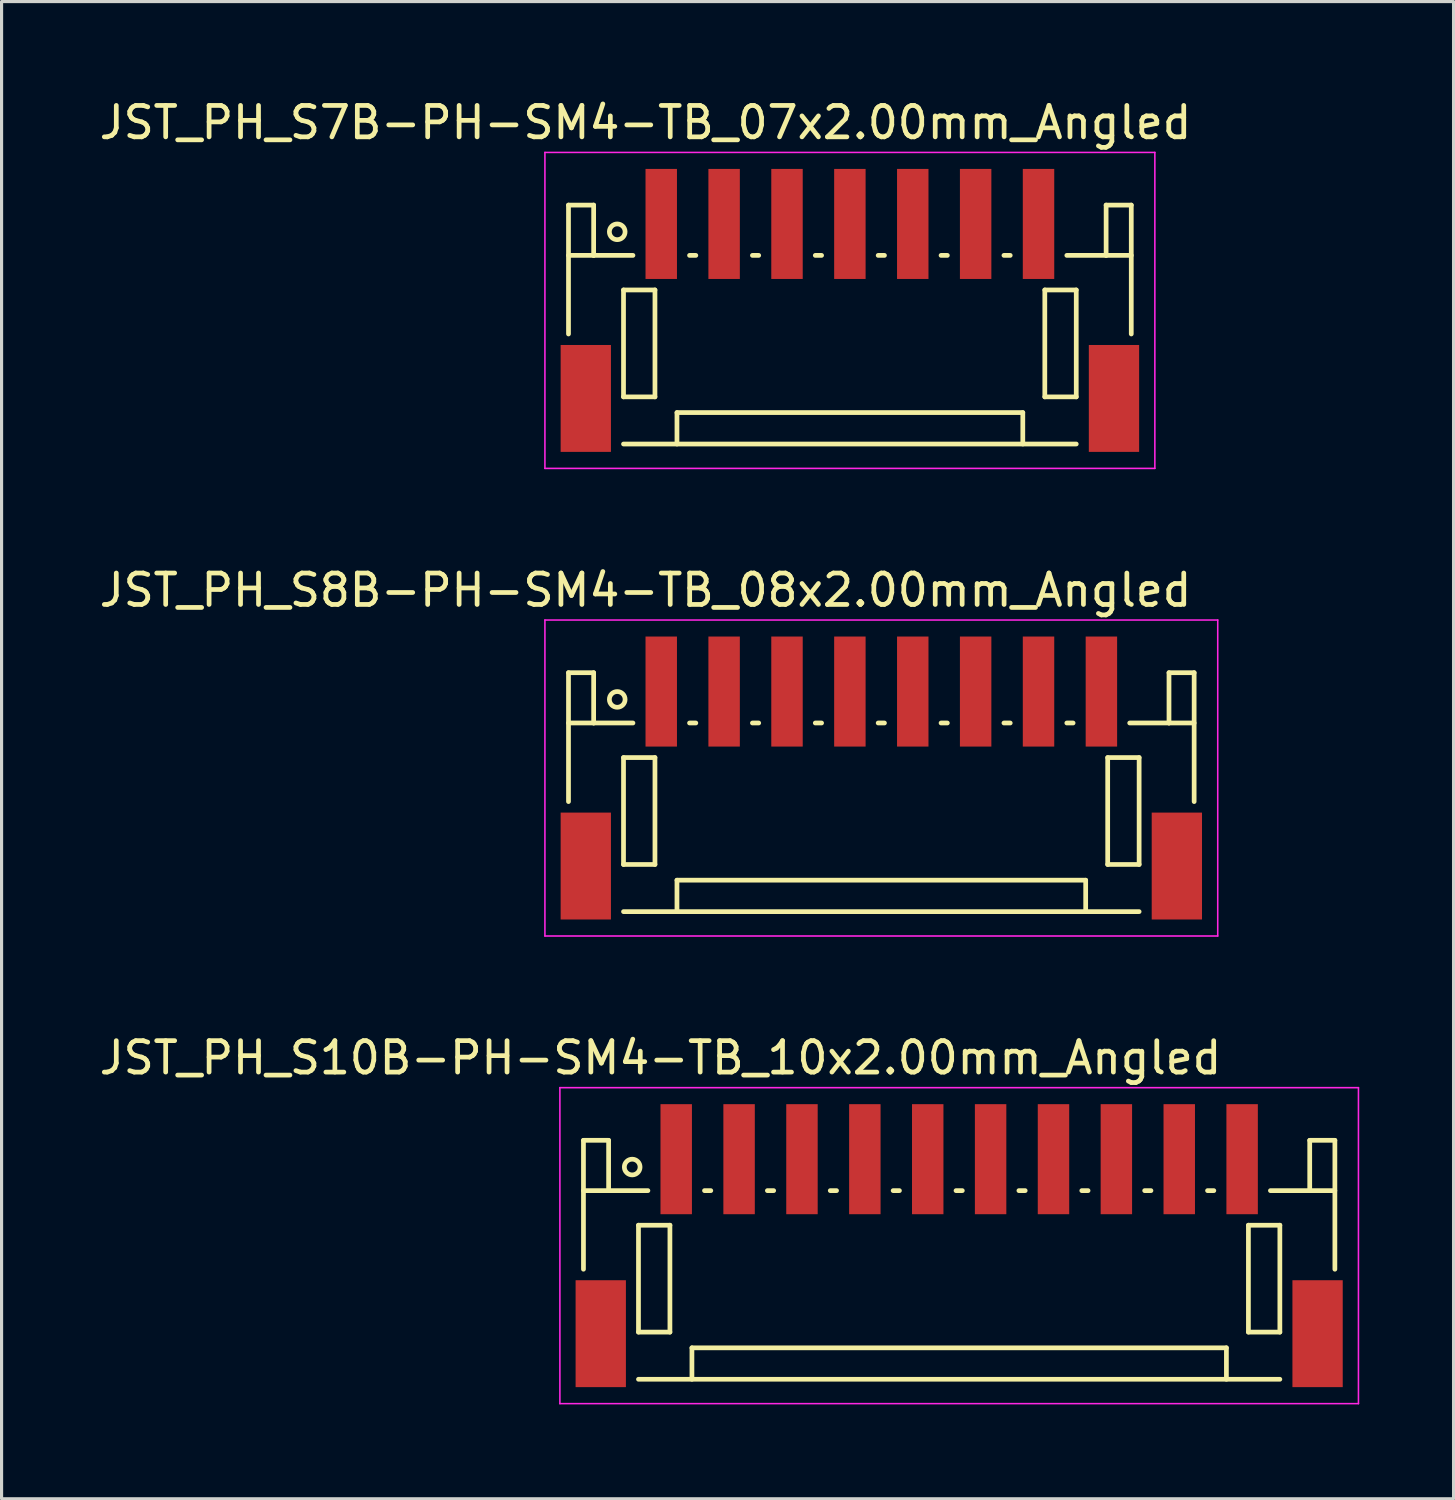
<source format=kicad_pcb>
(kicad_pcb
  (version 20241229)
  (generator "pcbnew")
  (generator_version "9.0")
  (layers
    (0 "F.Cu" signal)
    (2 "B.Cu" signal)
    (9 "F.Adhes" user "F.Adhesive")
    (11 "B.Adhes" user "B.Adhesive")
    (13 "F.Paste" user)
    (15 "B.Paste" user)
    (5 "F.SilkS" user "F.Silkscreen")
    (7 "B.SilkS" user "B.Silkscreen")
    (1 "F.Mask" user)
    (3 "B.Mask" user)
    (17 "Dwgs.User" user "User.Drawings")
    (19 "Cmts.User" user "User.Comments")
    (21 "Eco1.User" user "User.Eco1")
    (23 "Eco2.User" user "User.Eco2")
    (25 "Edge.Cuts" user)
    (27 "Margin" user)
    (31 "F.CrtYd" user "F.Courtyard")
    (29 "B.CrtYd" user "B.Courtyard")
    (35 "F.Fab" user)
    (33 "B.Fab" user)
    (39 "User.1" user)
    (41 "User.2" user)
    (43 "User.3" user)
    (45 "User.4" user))
  (footprint "JST_PH_S8B-PH-SM4-TB_08x2.00mm_Angled"
    (layer "F.Cu")
    (at 24.982 21.721)
    (property "Reference" "JST_PH_S8B-PH-SM4-TB_08x2.00mm_Angled" (at -7.5 -6 0) (layer "F.SilkS") (effects (font (size 1 1) (thickness 0.15))))
    (attr smd)
    (fp_line (start -9.95 -3.375) (end -9.95 0.725) (stroke (width 0.15) (type solid)) (layer "F.SilkS"))
    (fp_line (start -9.15 -3.375) (end -9.95 -3.375) (stroke (width 0.15) (type solid)) (layer "F.SilkS"))
    (fp_line (start -9.15 -1.775) (end -9.95 -1.775) (stroke (width 0.15) (type solid)) (layer "F.SilkS"))
    (fp_line (start -9.15 -1.775) (end -9.15 -3.375) (stroke (width 0.15) (type solid)) (layer "F.SilkS"))
    (fp_line (start -8.2 -0.675) (end -8.2 2.725) (stroke (width 0.15) (type solid)) (layer "F.SilkS"))
    (fp_line (start -8.2 2.725) (end -7.2 2.725) (stroke (width 0.15) (type solid)) (layer "F.SilkS"))
    (fp_line (start -8.2 4.225) (end 8.2 4.225) (stroke (width 0.15) (type solid)) (layer "F.SilkS"))
    (fp_line (start -7.9 -1.775) (end -9.15 -1.775) (stroke (width 0.15) (type solid)) (layer "F.SilkS"))
    (fp_line (start -7.2 -0.675) (end -8.2 -0.675) (stroke (width 0.15) (type solid)) (layer "F.SilkS"))
    (fp_line (start -7.2 2.725) (end -7.2 -0.675) (stroke (width 0.15) (type solid)) (layer "F.SilkS"))
    (fp_line (start -6.5 3.225) (end 6.5 3.225) (stroke (width 0.15) (type solid)) (layer "F.SilkS"))
    (fp_line (start -6.5 4.225) (end -6.5 3.225) (stroke (width 0.15) (type solid)) (layer "F.SilkS"))
    (fp_line (start -6.1 -1.775) (end -5.9 -1.775) (stroke (width 0.15) (type solid)) (layer "F.SilkS"))
    (fp_line (start -4.1 -1.775) (end -3.9 -1.775) (stroke (width 0.15) (type solid)) (layer "F.SilkS"))
    (fp_line (start -2.1 -1.775) (end -1.9 -1.775) (stroke (width 0.15) (type solid)) (layer "F.SilkS"))
    (fp_line (start -0.1 -1.775) (end 0.1 -1.775) (stroke (width 0.15) (type solid)) (layer "F.SilkS"))
    (fp_line (start 1.9 -1.775) (end 2.1 -1.775) (stroke (width 0.15) (type solid)) (layer "F.SilkS"))
    (fp_line (start 3.9 -1.775) (end 4.1 -1.775) (stroke (width 0.15) (type solid)) (layer "F.SilkS"))
    (fp_line (start 5.9 -1.775) (end 6.1 -1.775) (stroke (width 0.15) (type solid)) (layer "F.SilkS"))
    (fp_line (start 6.5 3.225) (end 6.5 4.225) (stroke (width 0.15) (type solid)) (layer "F.SilkS"))
    (fp_line (start 7.2 -0.675) (end 8.2 -0.675) (stroke (width 0.15) (type solid)) (layer "F.SilkS"))
    (fp_line (start 7.2 2.725) (end 7.2 -0.675) (stroke (width 0.15) (type solid)) (layer "F.SilkS"))
    (fp_line (start 7.9 -1.775) (end 9.15 -1.775) (stroke (width 0.15) (type solid)) (layer "F.SilkS"))
    (fp_line (start 8.2 -0.675) (end 8.2 2.725) (stroke (width 0.15) (type solid)) (layer "F.SilkS"))
    (fp_line (start 8.2 2.725) (end 7.2 2.725) (stroke (width 0.15) (type solid)) (layer "F.SilkS"))
    (fp_line (start 9.15 -3.375) (end 9.95 -3.375) (stroke (width 0.15) (type solid)) (layer "F.SilkS"))
    (fp_line (start 9.15 -1.775) (end 9.15 -3.375) (stroke (width 0.15) (type solid)) (layer "F.SilkS"))
    (fp_line (start 9.15 -1.775) (end 9.95 -1.775) (stroke (width 0.15) (type solid)) (layer "F.SilkS"))
    (fp_line (start 9.95 -3.375) (end 9.95 0.725) (stroke (width 0.15) (type solid)) (layer "F.SilkS"))
    (fp_circle (center -8.4 -2.525) (end -8.15 -2.525) (stroke (width 0.15) (type solid)) (fill no) (layer "F.SilkS"))
    (fp_line (start -10.7 -5.05) (end 10.7 -5.05) (stroke (width 0.05) (type solid)) (layer "F.CrtYd"))
    (fp_line (start -10.7 5) (end -10.7 -5.05) (stroke (width 0.05) (type solid)) (layer "F.CrtYd"))
    (fp_line (start 10.7 -5.05) (end 10.7 5) (stroke (width 0.05) (type solid)) (layer "F.CrtYd"))
    (fp_line (start 10.7 5) (end -10.7 5) (stroke (width 0.05) (type solid)) (layer "F.CrtYd"))
    (pad "" smd rect (at -9.4 2.775) (size 1.6 3.4) (layers "F.Cu" "F.Mask" "F.Paste"))
    (pad "" smd rect (at 9.4 2.775) (size 1.6 3.4) (layers "F.Cu" "F.Mask" "F.Paste"))
    (pad "1" smd rect (at -7 -2.775) (size 1 3.5) (layers "F.Cu" "F.Mask" "F.Paste"))
    (pad "2" smd rect (at -5 -2.775) (size 1 3.5) (layers "F.Cu" "F.Mask" "F.Paste"))
    (pad "3" smd rect (at -3 -2.775) (size 1 3.5) (layers "F.Cu" "F.Mask" "F.Paste"))
    (pad "4" smd rect (at -1 -2.775) (size 1 3.5) (layers "F.Cu" "F.Mask" "F.Paste"))
    (pad "5" smd rect (at 1 -2.775) (size 1 3.5) (layers "F.Cu" "F.Mask" "F.Paste"))
    (pad "6" smd rect (at 3 -2.775) (size 1 3.5) (layers "F.Cu" "F.Mask" "F.Paste"))
    (pad "7" smd rect (at 5 -2.775) (size 1 3.5) (layers "F.Cu" "F.Mask" "F.Paste"))
    (pad "8" smd rect (at 7 -2.775) (size 1 3.5) (layers "F.Cu" "F.Mask" "F.Paste")))
  (footprint "JST_PH_S7B-PH-SM4-TB_07x2.00mm_Angled"
    (layer "F.Cu")
    (at 23.982 6.848)
    (property "Reference" "JST_PH_S7B-PH-SM4-TB_07x2.00mm_Angled" (at -6.5 -6 0) (layer "F.SilkS") (effects (font (size 1 1) (thickness 0.15))))
    (attr smd)
    (fp_line (start -8.95 -3.375) (end -8.95 0.725) (stroke (width 0.15) (type solid)) (layer "F.SilkS"))
    (fp_line (start -8.15 -3.375) (end -8.95 -3.375) (stroke (width 0.15) (type solid)) (layer "F.SilkS"))
    (fp_line (start -8.15 -1.775) (end -8.95 -1.775) (stroke (width 0.15) (type solid)) (layer "F.SilkS"))
    (fp_line (start -8.15 -1.775) (end -8.15 -3.375) (stroke (width 0.15) (type solid)) (layer "F.SilkS"))
    (fp_line (start -7.2 -0.675) (end -7.2 2.725) (stroke (width 0.15) (type solid)) (layer "F.SilkS"))
    (fp_line (start -7.2 2.725) (end -6.2 2.725) (stroke (width 0.15) (type solid)) (layer "F.SilkS"))
    (fp_line (start -7.2 4.225) (end 7.2 4.225) (stroke (width 0.15) (type solid)) (layer "F.SilkS"))
    (fp_line (start -6.9 -1.775) (end -8.15 -1.775) (stroke (width 0.15) (type solid)) (layer "F.SilkS"))
    (fp_line (start -6.2 -0.675) (end -7.2 -0.675) (stroke (width 0.15) (type solid)) (layer "F.SilkS"))
    (fp_line (start -6.2 2.725) (end -6.2 -0.675) (stroke (width 0.15) (type solid)) (layer "F.SilkS"))
    (fp_line (start -5.5 3.225) (end 5.5 3.225) (stroke (width 0.15) (type solid)) (layer "F.SilkS"))
    (fp_line (start -5.5 4.225) (end -5.5 3.225) (stroke (width 0.15) (type solid)) (layer "F.SilkS"))
    (fp_line (start -5.1 -1.775) (end -4.9 -1.775) (stroke (width 0.15) (type solid)) (layer "F.SilkS"))
    (fp_line (start -3.1 -1.775) (end -2.9 -1.775) (stroke (width 0.15) (type solid)) (layer "F.SilkS"))
    (fp_line (start -1.1 -1.775) (end -0.9 -1.775) (stroke (width 0.15) (type solid)) (layer "F.SilkS"))
    (fp_line (start 0.9 -1.775) (end 1.1 -1.775) (stroke (width 0.15) (type solid)) (layer "F.SilkS"))
    (fp_line (start 2.9 -1.775) (end 3.1 -1.775) (stroke (width 0.15) (type solid)) (layer "F.SilkS"))
    (fp_line (start 4.9 -1.775) (end 5.1 -1.775) (stroke (width 0.15) (type solid)) (layer "F.SilkS"))
    (fp_line (start 5.5 3.225) (end 5.5 4.225) (stroke (width 0.15) (type solid)) (layer "F.SilkS"))
    (fp_line (start 6.2 -0.675) (end 7.2 -0.675) (stroke (width 0.15) (type solid)) (layer "F.SilkS"))
    (fp_line (start 6.2 2.725) (end 6.2 -0.675) (stroke (width 0.15) (type solid)) (layer "F.SilkS"))
    (fp_line (start 6.9 -1.775) (end 8.15 -1.775) (stroke (width 0.15) (type solid)) (layer "F.SilkS"))
    (fp_line (start 7.2 -0.675) (end 7.2 2.725) (stroke (width 0.15) (type solid)) (layer "F.SilkS"))
    (fp_line (start 7.2 2.725) (end 6.2 2.725) (stroke (width 0.15) (type solid)) (layer "F.SilkS"))
    (fp_line (start 8.15 -3.375) (end 8.95 -3.375) (stroke (width 0.15) (type solid)) (layer "F.SilkS"))
    (fp_line (start 8.15 -1.775) (end 8.15 -3.375) (stroke (width 0.15) (type solid)) (layer "F.SilkS"))
    (fp_line (start 8.15 -1.775) (end 8.95 -1.775) (stroke (width 0.15) (type solid)) (layer "F.SilkS"))
    (fp_line (start 8.95 -3.375) (end 8.95 0.725) (stroke (width 0.15) (type solid)) (layer "F.SilkS"))
    (fp_circle (center -7.4 -2.525) (end -7.15 -2.525) (stroke (width 0.15) (type solid)) (fill no) (layer "F.SilkS"))
    (fp_line (start -9.7 -5.05) (end 9.7 -5.05) (stroke (width 0.05) (type solid)) (layer "F.CrtYd"))
    (fp_line (start -9.7 5) (end -9.7 -5.05) (stroke (width 0.05) (type solid)) (layer "F.CrtYd"))
    (fp_line (start 9.7 -5.05) (end 9.7 5) (stroke (width 0.05) (type solid)) (layer "F.CrtYd"))
    (fp_line (start 9.7 5) (end -9.7 5) (stroke (width 0.05) (type solid)) (layer "F.CrtYd"))
    (pad "" smd rect (at -8.4 2.775) (size 1.6 3.4) (layers "F.Cu" "F.Mask" "F.Paste"))
    (pad "" smd rect (at 8.4 2.775) (size 1.6 3.4) (layers "F.Cu" "F.Mask" "F.Paste"))
    (pad "1" smd rect (at -6 -2.775) (size 1 3.5) (layers "F.Cu" "F.Mask" "F.Paste"))
    (pad "2" smd rect (at -4 -2.775) (size 1 3.5) (layers "F.Cu" "F.Mask" "F.Paste"))
    (pad "3" smd rect (at -2 -2.775) (size 1 3.5) (layers "F.Cu" "F.Mask" "F.Paste"))
    (pad "4" smd rect (at 0 -2.775) (size 1 3.5) (layers "F.Cu" "F.Mask" "F.Paste"))
    (pad "5" smd rect (at 2 -2.775) (size 1 3.5) (layers "F.Cu" "F.Mask" "F.Paste"))
    (pad "6" smd rect (at 4 -2.775) (size 1 3.5) (layers "F.Cu" "F.Mask" "F.Paste"))
    (pad "7" smd rect (at 6 -2.775) (size 1 3.5) (layers "F.Cu" "F.Mask" "F.Paste")))
  (footprint "JST_PH_S10B-PH-SM4-TB_10x2.00mm_Angled"
    (layer "F.Cu")
    (at 27.458 36.595)
    (property "Reference" "JST_PH_S10B-PH-SM4-TB_10x2.00mm_Angled" (at -9.5 -6 0) (layer "F.SilkS") (effects (font (size 1 1) (thickness 0.15))))
    (attr smd)
    (fp_line (start -11.95 -3.375) (end -11.95 0.725) (stroke (width 0.15) (type solid)) (layer "F.SilkS"))
    (fp_line (start -11.15 -3.375) (end -11.95 -3.375) (stroke (width 0.15) (type solid)) (layer "F.SilkS"))
    (fp_line (start -11.15 -1.775) (end -11.95 -1.775) (stroke (width 0.15) (type solid)) (layer "F.SilkS"))
    (fp_line (start -11.15 -1.775) (end -11.15 -3.375) (stroke (width 0.15) (type solid)) (layer "F.SilkS"))
    (fp_line (start -10.2 -0.675) (end -10.2 2.725) (stroke (width 0.15) (type solid)) (layer "F.SilkS"))
    (fp_line (start -10.2 2.725) (end -9.2 2.725) (stroke (width 0.15) (type solid)) (layer "F.SilkS"))
    (fp_line (start -10.2 4.225) (end 10.2 4.225) (stroke (width 0.15) (type solid)) (layer "F.SilkS"))
    (fp_line (start -9.9 -1.775) (end -11.15 -1.775) (stroke (width 0.15) (type solid)) (layer "F.SilkS"))
    (fp_line (start -9.2 -0.675) (end -10.2 -0.675) (stroke (width 0.15) (type solid)) (layer "F.SilkS"))
    (fp_line (start -9.2 2.725) (end -9.2 -0.675) (stroke (width 0.15) (type solid)) (layer "F.SilkS"))
    (fp_line (start -8.5 3.225) (end 8.5 3.225) (stroke (width 0.15) (type solid)) (layer "F.SilkS"))
    (fp_line (start -8.5 4.225) (end -8.5 3.225) (stroke (width 0.15) (type solid)) (layer "F.SilkS"))
    (fp_line (start -8.1 -1.775) (end -7.9 -1.775) (stroke (width 0.15) (type solid)) (layer "F.SilkS"))
    (fp_line (start -6.1 -1.775) (end -5.9 -1.775) (stroke (width 0.15) (type solid)) (layer "F.SilkS"))
    (fp_line (start -4.1 -1.775) (end -3.9 -1.775) (stroke (width 0.15) (type solid)) (layer "F.SilkS"))
    (fp_line (start -2.1 -1.775) (end -1.9 -1.775) (stroke (width 0.15) (type solid)) (layer "F.SilkS"))
    (fp_line (start -0.1 -1.775) (end 0.1 -1.775) (stroke (width 0.15) (type solid)) (layer "F.SilkS"))
    (fp_line (start 1.9 -1.775) (end 2.1 -1.775) (stroke (width 0.15) (type solid)) (layer "F.SilkS"))
    (fp_line (start 3.9 -1.775) (end 4.1 -1.775) (stroke (width 0.15) (type solid)) (layer "F.SilkS"))
    (fp_line (start 5.9 -1.775) (end 6.1 -1.775) (stroke (width 0.15) (type solid)) (layer "F.SilkS"))
    (fp_line (start 7.9 -1.775) (end 8.1 -1.775) (stroke (width 0.15) (type solid)) (layer "F.SilkS"))
    (fp_line (start 8.5 3.225) (end 8.5 4.225) (stroke (width 0.15) (type solid)) (layer "F.SilkS"))
    (fp_line (start 9.2 -0.675) (end 10.2 -0.675) (stroke (width 0.15) (type solid)) (layer "F.SilkS"))
    (fp_line (start 9.2 2.725) (end 9.2 -0.675) (stroke (width 0.15) (type solid)) (layer "F.SilkS"))
    (fp_line (start 9.9 -1.775) (end 11.15 -1.775) (stroke (width 0.15) (type solid)) (layer "F.SilkS"))
    (fp_line (start 10.2 -0.675) (end 10.2 2.725) (stroke (width 0.15) (type solid)) (layer "F.SilkS"))
    (fp_line (start 10.2 2.725) (end 9.2 2.725) (stroke (width 0.15) (type solid)) (layer "F.SilkS"))
    (fp_line (start 11.15 -3.375) (end 11.95 -3.375) (stroke (width 0.15) (type solid)) (layer "F.SilkS"))
    (fp_line (start 11.15 -1.775) (end 11.15 -3.375) (stroke (width 0.15) (type solid)) (layer "F.SilkS"))
    (fp_line (start 11.15 -1.775) (end 11.95 -1.775) (stroke (width 0.15) (type solid)) (layer "F.SilkS"))
    (fp_line (start 11.95 -3.375) (end 11.95 0.725) (stroke (width 0.15) (type solid)) (layer "F.SilkS"))
    (fp_circle (center -10.4 -2.525) (end -10.15 -2.525) (stroke (width 0.15) (type solid)) (fill no) (layer "F.SilkS"))
    (fp_line (start -12.7 -5.05) (end 12.7 -5.05) (stroke (width 0.05) (type solid)) (layer "F.CrtYd"))
    (fp_line (start -12.7 5) (end -12.7 -5.05) (stroke (width 0.05) (type solid)) (layer "F.CrtYd"))
    (fp_line (start 12.7 -5.05) (end 12.7 5) (stroke (width 0.05) (type solid)) (layer "F.CrtYd"))
    (fp_line (start 12.7 5) (end -12.7 5) (stroke (width 0.05) (type solid)) (layer "F.CrtYd"))
    (pad "" smd rect (at -11.4 2.775) (size 1.6 3.4) (layers "F.Cu" "F.Mask" "F.Paste"))
    (pad "" smd rect (at 11.4 2.775) (size 1.6 3.4) (layers "F.Cu" "F.Mask" "F.Paste"))
    (pad "1" smd rect (at -9 -2.775) (size 1 3.5) (layers "F.Cu" "F.Mask" "F.Paste"))
    (pad "2" smd rect (at -7 -2.775) (size 1 3.5) (layers "F.Cu" "F.Mask" "F.Paste"))
    (pad "3" smd rect (at -5 -2.775) (size 1 3.5) (layers "F.Cu" "F.Mask" "F.Paste"))
    (pad "4" smd rect (at -3 -2.775) (size 1 3.5) (layers "F.Cu" "F.Mask" "F.Paste"))
    (pad "5" smd rect (at -1 -2.775) (size 1 3.5) (layers "F.Cu" "F.Mask" "F.Paste"))
    (pad "6" smd rect (at 1 -2.775) (size 1 3.5) (layers "F.Cu" "F.Mask" "F.Paste"))
    (pad "7" smd rect (at 3 -2.775) (size 1 3.5) (layers "F.Cu" "F.Mask" "F.Paste"))
    (pad "8" smd rect (at 5 -2.775) (size 1 3.5) (layers "F.Cu" "F.Mask" "F.Paste"))
    (pad "9" smd rect (at 7 -2.775) (size 1 3.5) (layers "F.Cu" "F.Mask" "F.Paste"))
    (pad "10" smd rect (at 9 -2.775) (size 1 3.5) (layers "F.Cu" "F.Mask" "F.Paste")))
  (gr_rect
    (start -3 -3)
    (end 43.183 44.62)
    (stroke (width 0.1) (type default))
    (fill no)
    (layer "Edge.Cuts")))
</source>
